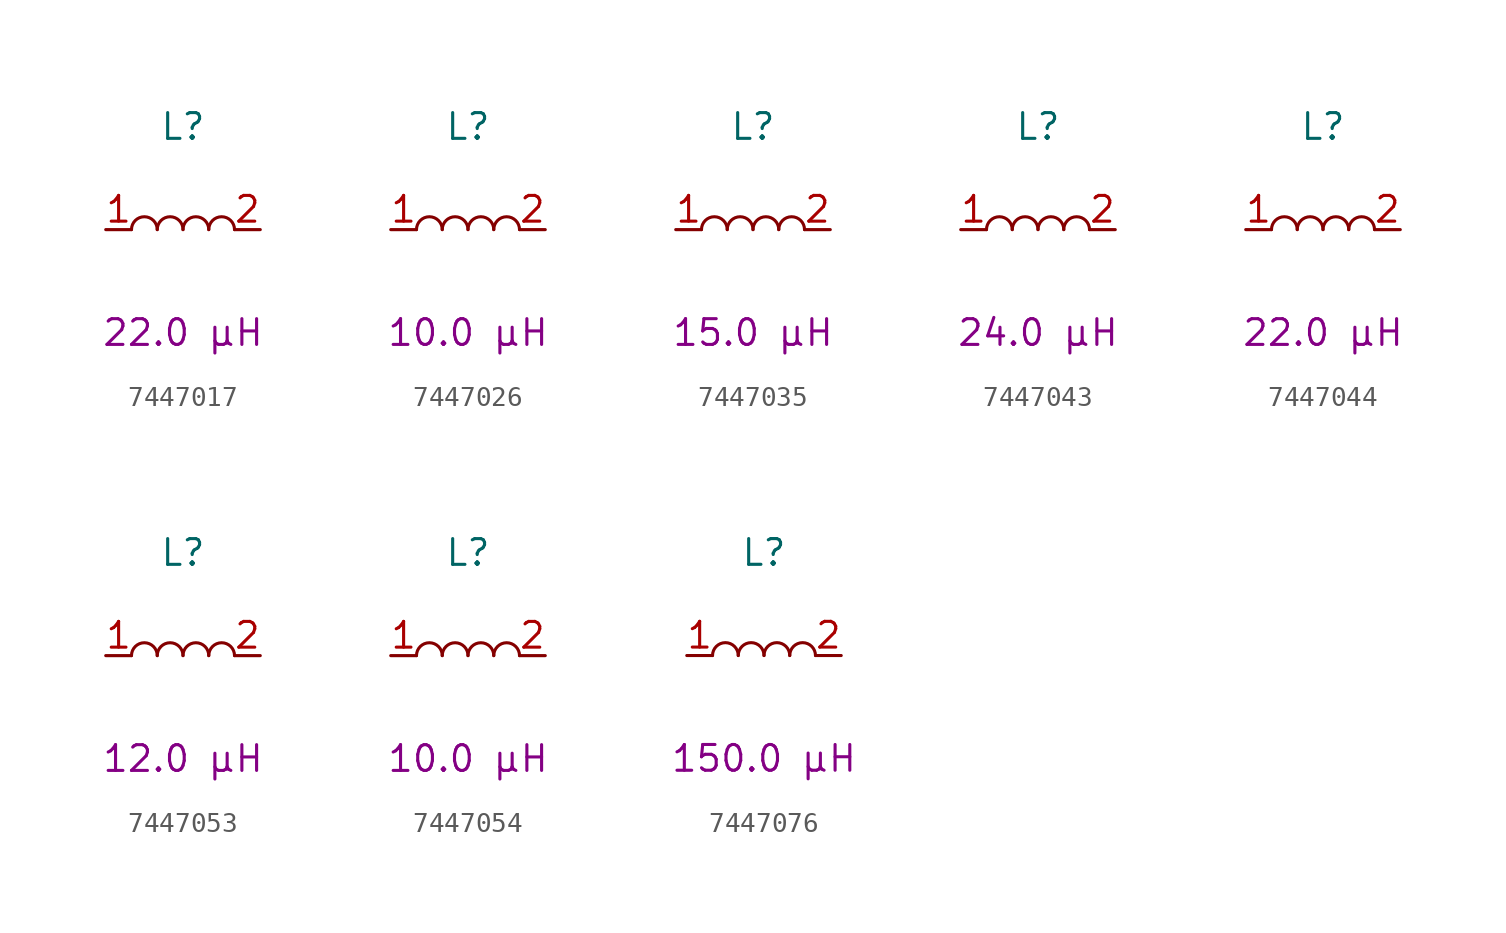
<source format=kicad_sym>
(kicad_symbol_lib
  (version 20220914)
  (generator kicad_symbol_editor)
  (symbol "7447017"
    (pin_names hide)
    (property "Reference" "L"
      (at 0 5.08 0)
      (effects (font (size 1.27 1.27))))
    (property "Critical Parameter" "22.0 µH"
      (at 0 -5.08 0)
      (effects (font (size 1.27 1.27))))
    (symbol "7447017_0_1"
      (arc (start -1.27 0) (mid -1.905 0.6323) (end -2.54 0) (stroke (width 0) (type default)) (fill (type none)))
      (arc (start 0 0) (mid -0.635 0.6323) (end -1.27 0) (stroke (width 0) (type default)) (fill (type none)))
      (arc (start 1.27 0) (mid 0.635 0.6323) (end 0 0) (stroke (width 0) (type default)) (fill (type none)))
      (arc (start 2.54 0) (mid 1.905 0.6323) (end 1.27 0) (stroke (width 0) (type default)) (fill (type none))))
    (symbol "7447017_1_1"
      (pin passive line (at -3.81 0 0) (length 1.27) (name "1" (effects (font (size 1.27 1.27)))) (number "1" (effects (font (size 1.27 1.27)))))
      (pin passive line (at 3.81 0 180) (length 1.27) (name "2" (effects (font (size 1.27 1.27)))) (number "2" (effects (font (size 1.27 1.27)))))))
  (symbol "7447026"
    (pin_names hide)
    (property "Reference" "L"
      (at 0 5.08 0)
      (effects (font (size 1.27 1.27))))
    (property "Critical Parameter" "10.0 µH"
      (at 0 -5.08 0)
      (effects (font (size 1.27 1.27))))
    (symbol "7447026_0_1"
      (arc (start -1.27 0) (mid -1.905 0.6323) (end -2.54 0) (stroke (width 0) (type default)) (fill (type none)))
      (arc (start 0 0) (mid -0.635 0.6323) (end -1.27 0) (stroke (width 0) (type default)) (fill (type none)))
      (arc (start 1.27 0) (mid 0.635 0.6323) (end 0 0) (stroke (width 0) (type default)) (fill (type none)))
      (arc (start 2.54 0) (mid 1.905 0.6323) (end 1.27 0) (stroke (width 0) (type default)) (fill (type none))))
    (symbol "7447026_1_1"
      (pin passive line (at -3.81 0 0) (length 1.27) (name "1" (effects (font (size 1.27 1.27)))) (number "1" (effects (font (size 1.27 1.27)))))
      (pin passive line (at 3.81 0 180) (length 1.27) (name "2" (effects (font (size 1.27 1.27)))) (number "2" (effects (font (size 1.27 1.27)))))))
  (symbol "7447035"
    (pin_names hide)
    (property "Reference" "L"
      (at 0 5.08 0)
      (effects (font (size 1.27 1.27))))
    (property "Critical Parameter" "15.0 µH"
      (at 0 -5.08 0)
      (effects (font (size 1.27 1.27))))
    (symbol "7447035_0_1"
      (arc (start -1.27 0) (mid -1.905 0.6323) (end -2.54 0) (stroke (width 0) (type default)) (fill (type none)))
      (arc (start 0 0) (mid -0.635 0.6323) (end -1.27 0) (stroke (width 0) (type default)) (fill (type none)))
      (arc (start 1.27 0) (mid 0.635 0.6323) (end 0 0) (stroke (width 0) (type default)) (fill (type none)))
      (arc (start 2.54 0) (mid 1.905 0.6323) (end 1.27 0) (stroke (width 0) (type default)) (fill (type none))))
    (symbol "7447035_1_1"
      (pin passive line (at -3.81 0 0) (length 1.27) (name "1" (effects (font (size 1.27 1.27)))) (number "1" (effects (font (size 1.27 1.27)))))
      (pin passive line (at 3.81 0 180) (length 1.27) (name "2" (effects (font (size 1.27 1.27)))) (number "2" (effects (font (size 1.27 1.27)))))))
  (symbol "7447043"
    (pin_names hide)
    (property "Reference" "L"
      (at 0 5.08 0)
      (effects (font (size 1.27 1.27))))
    (property "Critical Parameter" "24.0 µH"
      (at 0 -5.08 0)
      (effects (font (size 1.27 1.27))))
    (symbol "7447043_0_1"
      (arc (start -1.27 0) (mid -1.905 0.6323) (end -2.54 0) (stroke (width 0) (type default)) (fill (type none)))
      (arc (start 0 0) (mid -0.635 0.6323) (end -1.27 0) (stroke (width 0) (type default)) (fill (type none)))
      (arc (start 1.27 0) (mid 0.635 0.6323) (end 0 0) (stroke (width 0) (type default)) (fill (type none)))
      (arc (start 2.54 0) (mid 1.905 0.6323) (end 1.27 0) (stroke (width 0) (type default)) (fill (type none))))
    (symbol "7447043_1_1"
      (pin passive line (at -3.81 0 0) (length 1.27) (name "1" (effects (font (size 1.27 1.27)))) (number "1" (effects (font (size 1.27 1.27)))))
      (pin passive line (at 3.81 0 180) (length 1.27) (name "2" (effects (font (size 1.27 1.27)))) (number "2" (effects (font (size 1.27 1.27)))))))
  (symbol "7447044"
    (pin_names hide)
    (property "Reference" "L"
      (at 0 5.08 0)
      (effects (font (size 1.27 1.27))))
    (property "Critical Parameter" "22.0 µH"
      (at 0 -5.08 0)
      (effects (font (size 1.27 1.27))))
    (symbol "7447044_0_1"
      (arc (start -1.27 0) (mid -1.905 0.6323) (end -2.54 0) (stroke (width 0) (type default)) (fill (type none)))
      (arc (start 0 0) (mid -0.635 0.6323) (end -1.27 0) (stroke (width 0) (type default)) (fill (type none)))
      (arc (start 1.27 0) (mid 0.635 0.6323) (end 0 0) (stroke (width 0) (type default)) (fill (type none)))
      (arc (start 2.54 0) (mid 1.905 0.6323) (end 1.27 0) (stroke (width 0) (type default)) (fill (type none))))
    (symbol "7447044_1_1"
      (pin passive line (at -3.81 0 0) (length 1.27) (name "1" (effects (font (size 1.27 1.27)))) (number "1" (effects (font (size 1.27 1.27)))))
      (pin passive line (at 3.81 0 180) (length 1.27) (name "2" (effects (font (size 1.27 1.27)))) (number "2" (effects (font (size 1.27 1.27)))))))
  (symbol "7447053"
    (pin_names hide)
    (property "Reference" "L"
      (at 0 5.08 0)
      (effects (font (size 1.27 1.27))))
    (property "Critical Parameter" "12.0 µH"
      (at 0 -5.08 0)
      (effects (font (size 1.27 1.27))))
    (symbol "7447053_0_1"
      (arc (start -1.27 0) (mid -1.905 0.6323) (end -2.54 0) (stroke (width 0) (type default)) (fill (type none)))
      (arc (start 0 0) (mid -0.635 0.6323) (end -1.27 0) (stroke (width 0) (type default)) (fill (type none)))
      (arc (start 1.27 0) (mid 0.635 0.6323) (end 0 0) (stroke (width 0) (type default)) (fill (type none)))
      (arc (start 2.54 0) (mid 1.905 0.6323) (end 1.27 0) (stroke (width 0) (type default)) (fill (type none))))
    (symbol "7447053_1_1"
      (pin passive line (at -3.81 0 0) (length 1.27) (name "1" (effects (font (size 1.27 1.27)))) (number "1" (effects (font (size 1.27 1.27)))))
      (pin passive line (at 3.81 0 180) (length 1.27) (name "2" (effects (font (size 1.27 1.27)))) (number "2" (effects (font (size 1.27 1.27)))))))
  (symbol "7447054"
    (pin_names hide)
    (property "Reference" "L"
      (at 0 5.08 0)
      (effects (font (size 1.27 1.27))))
    (property "Critical Parameter" "10.0 µH"
      (at 0 -5.08 0)
      (effects (font (size 1.27 1.27))))
    (symbol "7447054_0_1"
      (arc (start -1.27 0) (mid -1.905 0.6323) (end -2.54 0) (stroke (width 0) (type default)) (fill (type none)))
      (arc (start 0 0) (mid -0.635 0.6323) (end -1.27 0) (stroke (width 0) (type default)) (fill (type none)))
      (arc (start 1.27 0) (mid 0.635 0.6323) (end 0 0) (stroke (width 0) (type default)) (fill (type none)))
      (arc (start 2.54 0) (mid 1.905 0.6323) (end 1.27 0) (stroke (width 0) (type default)) (fill (type none))))
    (symbol "7447054_1_1"
      (pin passive line (at -3.81 0 0) (length 1.27) (name "1" (effects (font (size 1.27 1.27)))) (number "1" (effects (font (size 1.27 1.27)))))
      (pin passive line (at 3.81 0 180) (length 1.27) (name "2" (effects (font (size 1.27 1.27)))) (number "2" (effects (font (size 1.27 1.27)))))))
  (symbol "7447076"
    (pin_names hide)
    (property "Reference" "L"
      (at 0 5.08 0)
      (effects (font (size 1.27 1.27))))
    (property "Critical Parameter" "150.0 µH"
      (at 0 -5.08 0)
      (effects (font (size 1.27 1.27))))
    (symbol "7447076_0_1"
      (arc (start -1.27 0) (mid -1.905 0.6323) (end -2.54 0) (stroke (width 0) (type default)) (fill (type none)))
      (arc (start 0 0) (mid -0.635 0.6323) (end -1.27 0) (stroke (width 0) (type default)) (fill (type none)))
      (arc (start 1.27 0) (mid 0.635 0.6323) (end 0 0) (stroke (width 0) (type default)) (fill (type none)))
      (arc (start 2.54 0) (mid 1.905 0.6323) (end 1.27 0) (stroke (width 0) (type default)) (fill (type none))))
    (symbol "7447076_1_1"
      (pin passive line (at -3.81 0 0) (length 1.27) (name "1" (effects (font (size 1.27 1.27)))) (number "1" (effects (font (size 1.27 1.27)))))
      (pin passive line (at 3.81 0 180) (length 1.27) (name "2" (effects (font (size 1.27 1.27)))) (number "2" (effects (font (size 1.27 1.27))))))))
</source>
